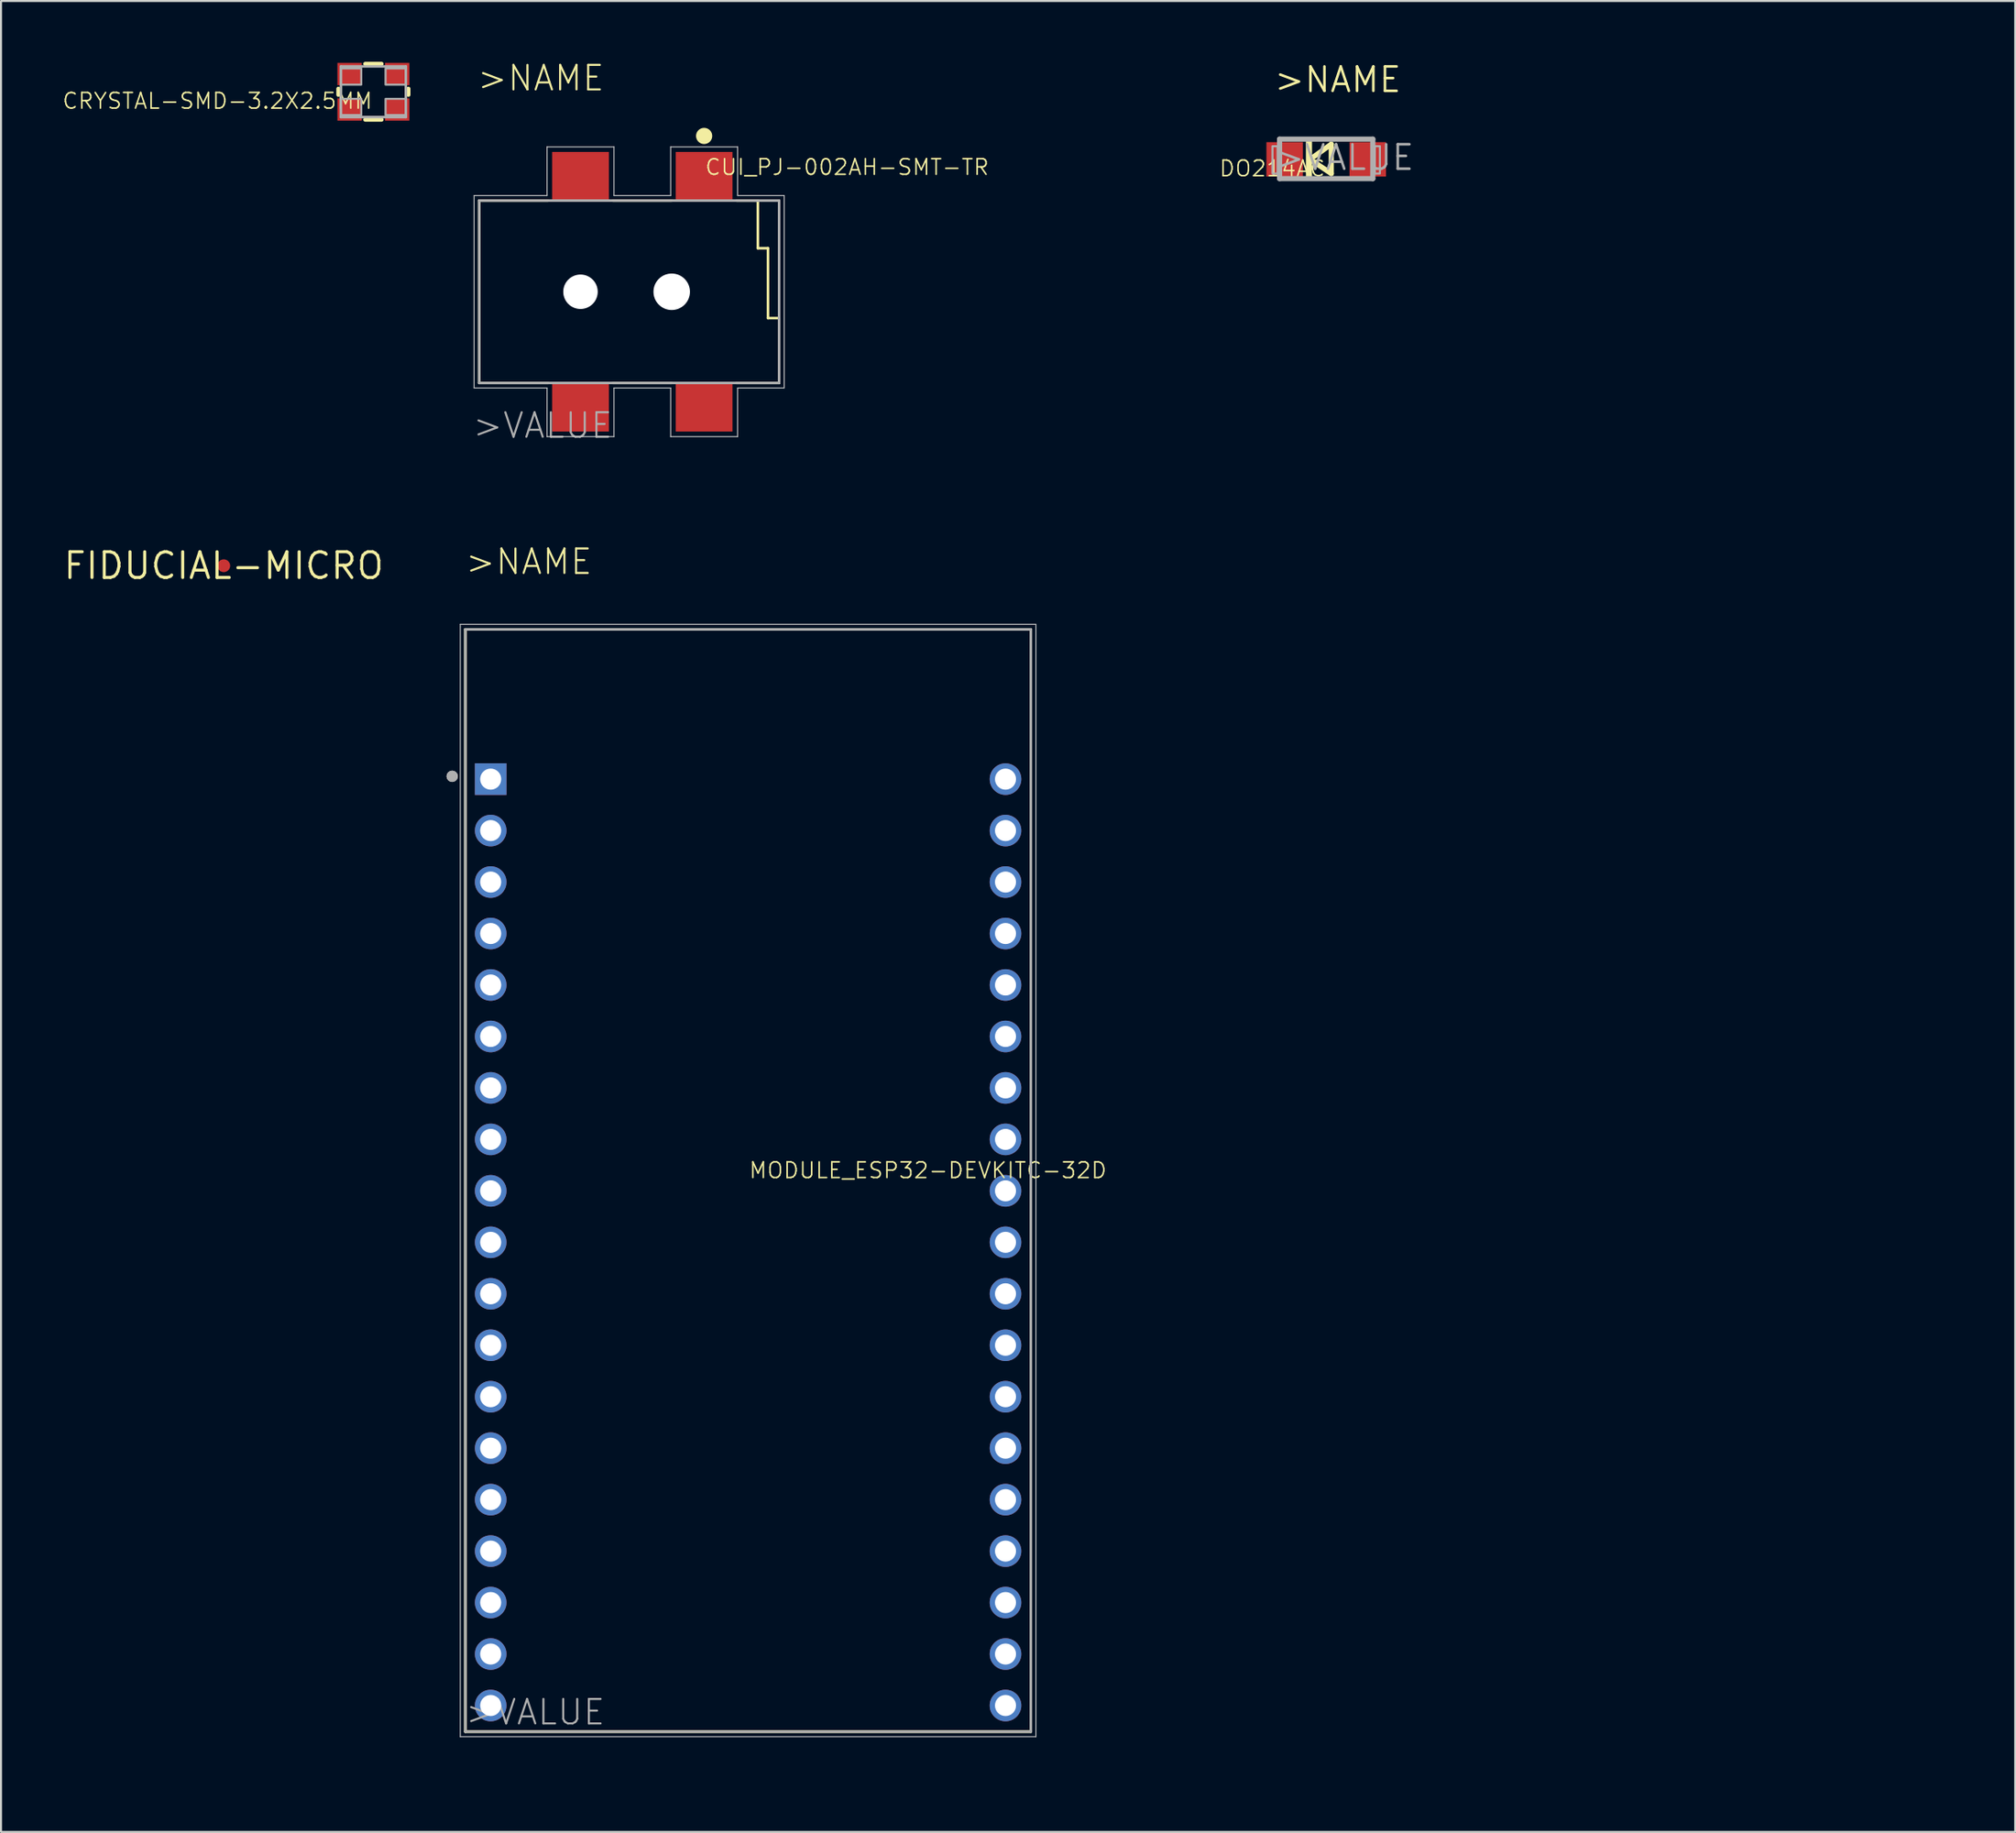
<source format=kicad_pcb>
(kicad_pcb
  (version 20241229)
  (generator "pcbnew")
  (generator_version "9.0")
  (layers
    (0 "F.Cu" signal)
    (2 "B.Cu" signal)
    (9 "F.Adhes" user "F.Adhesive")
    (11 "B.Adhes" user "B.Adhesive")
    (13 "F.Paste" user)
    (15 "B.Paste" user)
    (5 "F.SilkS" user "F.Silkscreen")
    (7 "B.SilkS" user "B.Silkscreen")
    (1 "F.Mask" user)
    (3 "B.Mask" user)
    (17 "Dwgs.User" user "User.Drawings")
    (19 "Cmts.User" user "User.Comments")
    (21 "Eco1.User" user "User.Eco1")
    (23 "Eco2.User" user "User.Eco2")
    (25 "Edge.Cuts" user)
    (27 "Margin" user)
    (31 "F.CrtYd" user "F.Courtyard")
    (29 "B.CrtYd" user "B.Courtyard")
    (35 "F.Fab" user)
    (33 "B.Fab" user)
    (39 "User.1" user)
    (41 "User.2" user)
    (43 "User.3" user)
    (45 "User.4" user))
  (footprint "MODULE_ESP32-DEVKITC-32D"
    (layer "F.Cu")
    (at 33.86 55.163)
    (property "Reference" "MODULE_ESP32-DEVKITC-32D" (at 0 0 0) (layer "F.SilkS") (effects (font (size 0.772 0.772) (thickness 0.077)) (justify left bottom)))
    (attr through_hole)
    (fp_line (start -13.95 -27.15) (end 13.95 -27.15) (stroke (width 0.127) (type solid)) (layer "F.SilkS"))
    (fp_line (start -13.95 27.25) (end -13.95 -27.15) (stroke (width 0.127) (type solid)) (layer "F.SilkS"))
    (fp_line (start 13.95 -27.15) (end 13.95 27.25) (stroke (width 0.127) (type solid)) (layer "F.SilkS"))
    (fp_line (start 13.95 27.25) (end -13.95 27.25) (stroke (width 0.127) (type solid)) (layer "F.SilkS"))
    (fp_line (start -14.2 -27.4) (end 14.2 -27.4) (stroke (width 0.05) (type solid)) (layer "Dwgs.User"))
    (fp_line (start -14.2 27.5) (end -14.2 -27.4) (stroke (width 0.05) (type solid)) (layer "Dwgs.User"))
    (fp_line (start 14.2 -27.4) (end 14.2 27.5) (stroke (width 0.05) (type solid)) (layer "Dwgs.User"))
    (fp_line (start 14.2 27.5) (end -14.2 27.5) (stroke (width 0.05) (type solid)) (layer "Dwgs.User"))
    (fp_line (start -13.95 -27.15) (end 13.95 -27.15) (stroke (width 0.127) (type solid)) (layer "F.Fab"))
    (fp_line (start -13.95 27.25) (end -13.95 -27.15) (stroke (width 0.127) (type solid)) (layer "F.Fab"))
    (fp_line (start 13.95 -27.15) (end 13.95 27.25) (stroke (width 0.127) (type solid)) (layer "F.Fab"))
    (fp_line (start 13.95 27.25) (end -13.95 27.25) (stroke (width 0.127) (type solid)) (layer "F.Fab"))
    (fp_circle (center -14.6 -19.9) (end -14.46 -19.9) (stroke (width 0.28) (type solid)) (fill no) (layer "F.Fab"))
    (fp_circle (center -14.6 -19.9) (end -14.46 -19.9) (stroke (width 0.28) (type solid)) (fill no) (layer "F.Fab"))
    (fp_text user ">NAME\n							" (at -14.02 -27.839 0) (layer "F.SilkS") (effects (font (size 1.208 1.208) (thickness 0.102)) (justify left bottom)))
    (fp_text user ">VALUE\n							" (at -14.02 28.942 0) (layer "F.Fab") (effects (font (size 1.208 1.208) (thickness 0.102)) (justify left bottom)))
    (pad "1" thru_hole rect (at -12.7 -19.76) (size 1.56 1.56) (drill 1.04) (layers "*.Cu" "*.Mask"))
    (pad "2" thru_hole circle (at -12.7 -17.22) (size 1.56 1.56) (drill 1.04) (layers "*.Cu" "*.Mask"))
    (pad "3" thru_hole circle (at -12.7 -14.68) (size 1.56 1.56) (drill 1.04) (layers "*.Cu" "*.Mask"))
    (pad "4" thru_hole circle (at -12.7 -12.14) (size 1.56 1.56) (drill 1.04) (layers "*.Cu" "*.Mask"))
    (pad "5" thru_hole circle (at -12.7 -9.6) (size 1.56 1.56) (drill 1.04) (layers "*.Cu" "*.Mask"))
    (pad "6" thru_hole circle (at -12.7 -7.06) (size 1.56 1.56) (drill 1.04) (layers "*.Cu" "*.Mask"))
    (pad "7" thru_hole circle (at -12.7 -4.52) (size 1.56 1.56) (drill 1.04) (layers "*.Cu" "*.Mask"))
    (pad "8" thru_hole circle (at -12.7 -1.98) (size 1.56 1.56) (drill 1.04) (layers "*.Cu" "*.Mask"))
    (pad "9" thru_hole circle (at -12.7 0.56) (size 1.56 1.56) (drill 1.04) (layers "*.Cu" "*.Mask"))
    (pad "10" thru_hole circle (at -12.7 3.1) (size 1.56 1.56) (drill 1.04) (layers "*.Cu" "*.Mask"))
    (pad "11" thru_hole circle (at -12.7 5.64) (size 1.56 1.56) (drill 1.04) (layers "*.Cu" "*.Mask"))
    (pad "12" thru_hole circle (at -12.7 8.18) (size 1.56 1.56) (drill 1.04) (layers "*.Cu" "*.Mask"))
    (pad "13" thru_hole circle (at -12.7 10.72) (size 1.56 1.56) (drill 1.04) (layers "*.Cu" "*.Mask"))
    (pad "14" thru_hole circle (at -12.7 13.26) (size 1.56 1.56) (drill 1.04) (layers "*.Cu" "*.Mask"))
    (pad "15" thru_hole circle (at -12.7 15.8) (size 1.56 1.56) (drill 1.04) (layers "*.Cu" "*.Mask"))
    (pad "16" thru_hole circle (at -12.7 18.34) (size 1.56 1.56) (drill 1.04) (layers "*.Cu" "*.Mask"))
    (pad "17" thru_hole circle (at -12.7 20.88) (size 1.56 1.56) (drill 1.04) (layers "*.Cu" "*.Mask"))
    (pad "18" thru_hole circle (at -12.7 23.42) (size 1.56 1.56) (drill 1.04) (layers "*.Cu" "*.Mask"))
    (pad "19" thru_hole circle (at -12.7 25.96) (size 1.56 1.56) (drill 1.04) (layers "*.Cu" "*.Mask"))
    (pad "20" thru_hole circle (at 12.7 -19.76) (size 1.56 1.56) (drill 1.04) (layers "*.Cu" "*.Mask"))
    (pad "21" thru_hole circle (at 12.7 -17.22) (size 1.56 1.56) (drill 1.04) (layers "*.Cu" "*.Mask"))
    (pad "22" thru_hole circle (at 12.7 -14.68) (size 1.56 1.56) (drill 1.04) (layers "*.Cu" "*.Mask"))
    (pad "23" thru_hole circle (at 12.7 -12.14) (size 1.56 1.56) (drill 1.04) (layers "*.Cu" "*.Mask"))
    (pad "24" thru_hole circle (at 12.7 -9.6) (size 1.56 1.56) (drill 1.04) (layers "*.Cu" "*.Mask"))
    (pad "25" thru_hole circle (at 12.7 -7.06) (size 1.56 1.56) (drill 1.04) (layers "*.Cu" "*.Mask"))
    (pad "26" thru_hole circle (at 12.7 -4.52) (size 1.56 1.56) (drill 1.04) (layers "*.Cu" "*.Mask"))
    (pad "27" thru_hole circle (at 12.7 -1.98) (size 1.56 1.56) (drill 1.04) (layers "*.Cu" "*.Mask"))
    (pad "28" thru_hole circle (at 12.7 0.56) (size 1.56 1.56) (drill 1.04) (layers "*.Cu" "*.Mask"))
    (pad "29" thru_hole circle (at 12.7 3.1) (size 1.56 1.56) (drill 1.04) (layers "*.Cu" "*.Mask"))
    (pad "30" thru_hole circle (at 12.7 5.64) (size 1.56 1.56) (drill 1.04) (layers "*.Cu" "*.Mask"))
    (pad "31" thru_hole circle (at 12.7 8.18) (size 1.56 1.56) (drill 1.04) (layers "*.Cu" "*.Mask"))
    (pad "32" thru_hole circle (at 12.7 10.72) (size 1.56 1.56) (drill 1.04) (layers "*.Cu" "*.Mask"))
    (pad "33" thru_hole circle (at 12.7 13.26) (size 1.56 1.56) (drill 1.04) (layers "*.Cu" "*.Mask"))
    (pad "34" thru_hole circle (at 12.7 15.8) (size 1.56 1.56) (drill 1.04) (layers "*.Cu" "*.Mask"))
    (pad "35" thru_hole circle (at 12.7 18.34) (size 1.56 1.56) (drill 1.04) (layers "*.Cu" "*.Mask"))
    (pad "36" thru_hole circle (at 12.7 20.88) (size 1.56 1.56) (drill 1.04) (layers "*.Cu" "*.Mask"))
    (pad "37" thru_hole circle (at 12.7 23.42) (size 1.56 1.56) (drill 1.04) (layers "*.Cu" "*.Mask"))
    (pad "38" thru_hole circle (at 12.7 25.96) (size 1.56 1.56) (drill 1.04) (layers "*.Cu" "*.Mask")))
  (footprint "FIDUCIAL-MICRO"
    (layer "F.Cu")
    (at 7.99 24.871)
    (property "Reference" "FIDUCIAL-MICRO" (at 0 0 0) (layer "F.SilkS") (effects (font (size 1.27 1.27) (thickness 0.15))))
    (attr through_hole)
    (pad "1" smd roundrect (at 0 0) (size 0.635 0.635) (layers "F.Cu" "F.Mask") (roundrect_rratio 0.5)))
  (footprint "CUI_PJ-002AH-SMT-TR"
    (layer "F.Cu")
    (at 31.691 5.65)
    (property "Reference" "CUI_PJ-002AH-SMT-TR" (at 0 0 0) (layer "F.SilkS") (effects (font (size 0.772 0.772) (thickness 0.077)) (justify left bottom)))
    (attr through_hole)
    (fp_line (start -11.1 1.2) (end -11.1 10.2) (stroke (width 0.127) (type solid)) (layer "F.SilkS"))
    (fp_line (start -11.1 10.2) (end -7.7 10.2) (stroke (width 0.127) (type solid)) (layer "F.SilkS"))
    (fp_line (start -7.7 1.2) (end -11.1 1.2) (stroke (width 0.127) (type solid)) (layer "F.SilkS"))
    (fp_line (start -4.5 10.2) (end -1.6 10.2) (stroke (width 0.127) (type solid)) (layer "F.SilkS"))
    (fp_line (start -1.6 1.2) (end -4.5 1.2) (stroke (width 0.127) (type solid)) (layer "F.SilkS"))
    (fp_line (start 1.6 10.2) (end 3.7 10.2) (stroke (width 0.127) (type solid)) (layer "F.SilkS"))
    (fp_line (start 2.65 1.2) (end 1.6 1.2) (stroke (width 0.127) (type solid)) (layer "F.SilkS"))
    (fp_line (start 2.65 3.55) (end 2.65 1.2) (stroke (width 0.127) (type solid)) (layer "F.SilkS"))
    (fp_line (start 3.15 3.55) (end 2.65 3.55) (stroke (width 0.127) (type solid)) (layer "F.SilkS"))
    (fp_line (start 3.15 7) (end 3.15 3.55) (stroke (width 0.127) (type solid)) (layer "F.SilkS"))
    (fp_line (start 3.7 7) (end 3.15 7) (stroke (width 0.127) (type solid)) (layer "F.SilkS"))
    (fp_line (start 3.7 10.2) (end 3.7 7) (stroke (width 0.127) (type solid)) (layer "F.SilkS"))
    (fp_circle (center 0 -1.99) (end 0.2 -1.99) (stroke (width 0.4) (type solid)) (fill no) (layer "F.SilkS"))
    (fp_line (start -11.35 0.95) (end -7.75 0.95) (stroke (width 0.05) (type solid)) (layer "Dwgs.User"))
    (fp_line (start -11.35 10.45) (end -11.35 0.95) (stroke (width 0.05) (type solid)) (layer "Dwgs.User"))
    (fp_line (start -7.75 -1.45) (end -4.45 -1.45) (stroke (width 0.05) (type solid)) (layer "Dwgs.User"))
    (fp_line (start -7.75 0.95) (end -7.75 -1.45) (stroke (width 0.05) (type solid)) (layer "Dwgs.User"))
    (fp_line (start -7.75 10.45) (end -11.35 10.45) (stroke (width 0.05) (type solid)) (layer "Dwgs.User"))
    (fp_line (start -7.75 12.85) (end -7.75 10.45) (stroke (width 0.05) (type solid)) (layer "Dwgs.User"))
    (fp_line (start -4.45 -1.45) (end -4.45 0.95) (stroke (width 0.05) (type solid)) (layer "Dwgs.User"))
    (fp_line (start -4.45 0.95) (end -1.65 0.95) (stroke (width 0.05) (type solid)) (layer "Dwgs.User"))
    (fp_line (start -4.45 10.45) (end -4.45 12.85) (stroke (width 0.05) (type solid)) (layer "Dwgs.User"))
    (fp_line (start -4.45 12.85) (end -7.75 12.85) (stroke (width 0.05) (type solid)) (layer "Dwgs.User"))
    (fp_line (start -1.65 -1.45) (end 1.65 -1.45) (stroke (width 0.05) (type solid)) (layer "Dwgs.User"))
    (fp_line (start -1.65 0.95) (end -1.65 -1.45) (stroke (width 0.05) (type solid)) (layer "Dwgs.User"))
    (fp_line (start -1.65 10.45) (end -4.45 10.45) (stroke (width 0.05) (type solid)) (layer "Dwgs.User"))
    (fp_line (start -1.65 12.85) (end -1.65 10.45) (stroke (width 0.05) (type solid)) (layer "Dwgs.User"))
    (fp_line (start 1.65 -1.45) (end 1.65 0.95) (stroke (width 0.05) (type solid)) (layer "Dwgs.User"))
    (fp_line (start 1.65 0.95) (end 3.95 0.95) (stroke (width 0.05) (type solid)) (layer "Dwgs.User"))
    (fp_line (start 1.65 10.45) (end 1.65 12.85) (stroke (width 0.05) (type solid)) (layer "Dwgs.User"))
    (fp_line (start 1.65 12.85) (end -1.65 12.85) (stroke (width 0.05) (type solid)) (layer "Dwgs.User"))
    (fp_line (start 3.95 0.95) (end 3.95 10.45) (stroke (width 0.05) (type solid)) (layer "Dwgs.User"))
    (fp_line (start 3.95 10.45) (end 1.65 10.45) (stroke (width 0.05) (type solid)) (layer "Dwgs.User"))
    (fp_line (start -11.1 1.2) (end -11.1 10.2) (stroke (width 0.127) (type solid)) (layer "F.Fab"))
    (fp_line (start -11.1 10.2) (end 3.7 10.2) (stroke (width 0.127) (type solid)) (layer "F.Fab"))
    (fp_line (start 3.7 1.2) (end -11.1 1.2) (stroke (width 0.127) (type solid)) (layer "F.Fab"))
    (fp_line (start 3.7 10.2) (end 3.7 1.2) (stroke (width 0.127) (type solid)) (layer "F.Fab"))
    (fp_text user ">NAME\n							" (at -11.263 -2.186 0) (layer "F.SilkS") (effects (font (size 1.21 1.21) (thickness 0.102)) (justify left bottom)))
    (fp_text user ">VALUE\n							" (at -11.489 14.957 0) (layer "F.Fab") (effects (font (size 1.21 1.21) (thickness 0.102)) (justify left bottom)))
    (pad "" np_thru_hole circle (at -6.1 5.7) (size 1.7 1.7) (drill 1.7) (layers "*.Cu"))
    (pad "" np_thru_hole circle (at -1.6 5.7) (size 1.8 1.8) (drill 1.8) (layers "*.Cu"))
    (pad "1A" smd rect (at 0 0) (size 2.8 2.4) (layers "F.Cu" "F.Mask" "F.Paste"))
    (pad "1B" smd rect (at -6.1 0) (size 2.8 2.4) (layers "F.Cu" "F.Mask" "F.Paste"))
    (pad "2" smd rect (at -6.1 11.4) (size 2.8 2.4) (layers "F.Cu" "F.Mask" "F.Paste"))
    (pad "3" smd rect (at 0 11.4) (size 2.8 2.4) (layers "F.Cu" "F.Mask" "F.Paste")))
  (footprint "CRYSTAL-SMD-3.2X2.5MM"
    (layer "F.Cu")
    (at 15.373 1.479)
    (property "Reference" "CRYSTAL-SMD-3.2X2.5MM" (at 0 0 180) (layer "F.SilkS") (effects (font (size 0.772 0.772) (thickness 0.077)) (justify right top)))
    (attr through_hole)
    (fp_line (start -1.727 0.15) (end -1.727 -0.15) (stroke (width 0.203) (type solid)) (layer "F.SilkS"))
    (fp_line (start -0.4 -1.377) (end 0.4 -1.377) (stroke (width 0.203) (type solid)) (layer "F.SilkS"))
    (fp_line (start 0.4 1.377) (end -0.4 1.377) (stroke (width 0.203) (type solid)) (layer "F.SilkS"))
    (fp_line (start 1.727 -0.15) (end 1.727 0.15) (stroke (width 0.203) (type solid)) (layer "F.SilkS"))
    (fp_line (start -1.6 -1.25) (end 1.6 -1.25) (stroke (width 0.127) (type solid)) (layer "F.Fab"))
    (fp_line (start -1.6 1.25) (end -1.6 -1.25) (stroke (width 0.127) (type solid)) (layer "F.Fab"))
    (fp_line (start 1.6 -1.25) (end 1.6 1.25) (stroke (width 0.127) (type solid)) (layer "F.Fab"))
    (fp_line (start 1.6 1.25) (end -1.6 1.25) (stroke (width 0.127) (type solid)) (layer "F.Fab"))
    (fp_poly (pts (xy -1.6 -0.35) (xy -0.6 -0.35) (xy -0.6 -1.15) (xy -1.6 -1.15)) (stroke (width 0.1) (type solid)) (fill no) (layer "F.Fab"))
    (fp_poly (pts (xy -1.6 1.15) (xy -0.6 1.15) (xy -0.6 0.35) (xy -1.6 0.35)) (stroke (width 0.1) (type solid)) (fill no) (layer "F.Fab"))
    (fp_poly (pts (xy 1.6 -1.15) (xy 0.6 -1.15) (xy 0.6 -0.35) (xy 1.6 -0.35)) (stroke (width 0.1) (type solid)) (fill no) (layer "F.Fab"))
    (fp_poly (pts (xy 1.6 0.35) (xy 0.6 0.35) (xy 0.6 1.15) (xy 1.6 1.15)) (stroke (width 0.1) (type solid)) (fill no) (layer "F.Fab"))
    (pad "1" smd rect (at -1.175 0.875 180) (size 1.2 1.1) (layers "F.Cu" "F.Mask" "F.Paste"))
    (pad "2" smd rect (at 1.175 0.875) (size 1.2 1.1) (layers "F.Cu" "F.Mask" "F.Paste"))
    (pad "3" smd rect (at 1.175 -0.875) (size 1.2 1.1) (layers "F.Cu" "F.Mask" "F.Paste"))
    (pad "4" smd rect (at -1.175 -0.875 180) (size 1.2 1.1) (layers "F.Cu" "F.Mask" "F.Paste")))
  (footprint "DO214AC"
    (layer "F.Cu")
    (at 62.383 4.816)
    (property "Reference" "DO214AC" (at 0 0 180) (layer "F.SilkS") (effects (font (size 0.772 0.772) (thickness 0.077)) (justify right top)))
    (attr through_hole)
    (fp_line (start -0.8 0) (end 0.25 -0.75) (stroke (width 0.254) (type solid)) (layer "F.SilkS"))
    (fp_line (start 0.25 -0.75) (end 0.25 0.7) (stroke (width 0.254) (type solid)) (layer "F.SilkS"))
    (fp_line (start 0.25 0.7) (end -0.8 0) (stroke (width 0.254) (type solid)) (layer "F.SilkS"))
    (fp_poly (pts (xy -1 1.05) (xy -0.7 1.05) (xy -0.7 -1.05) (xy -1 -1.05)) (stroke (width 0) (type solid)) (fill yes) (layer "F.SilkS"))
    (fp_line (start -2.3 -1) (end 2.3 -1) (stroke (width 0.254) (type solid)) (layer "F.Fab"))
    (fp_line (start -2.3 0.95) (end -2.3 -1) (stroke (width 0.254) (type solid)) (layer "F.Fab"))
    (fp_line (start 2.3 -1) (end 2.3 0.95) (stroke (width 0.254) (type solid)) (layer "F.Fab"))
    (fp_line (start 2.3 0.95) (end -2.3 0.95) (stroke (width 0.254) (type solid)) (layer "F.Fab"))
    (fp_poly (pts (xy -2.65 0.7) (xy -2.4 0.7) (xy -2.4 -0.65) (xy -2.65 -0.65)) (stroke (width 0.1) (type solid)) (fill no) (layer "F.Fab"))
    (fp_poly (pts (xy 2.4 0.7) (xy 2.65 0.7) (xy 2.65 -0.65) (xy 2.4 -0.65)) (stroke (width 0.1) (type solid)) (fill no) (layer "F.Fab"))
    (fp_text user ">NAME\n							" (at -2.64 -1.286 0) (layer "F.SilkS") (effects (font (size 1.206 1.206) (thickness 0.127)) (justify left bottom)))
    (fp_text user ">VALUE\n							" (at -2.64 2.556 0) (layer "F.Fab") (effects (font (size 1.206 1.206) (thickness 0.127)) (justify left bottom)))
    (pad "A" smd rect (at 2.05 0) (size 1.8 1.7) (layers "F.Cu" "F.Mask" "F.Paste"))
    (pad "C" smd rect (at -2.05 0) (size 1.8 1.7) (layers "F.Cu" "F.Mask" "F.Paste")))
  (gr_rect
    (start -3 -3)
    (end 96.377 87.362)
    (stroke (width 0.1) (type default))
    (fill no)
    (layer "Edge.Cuts")))
</source>
